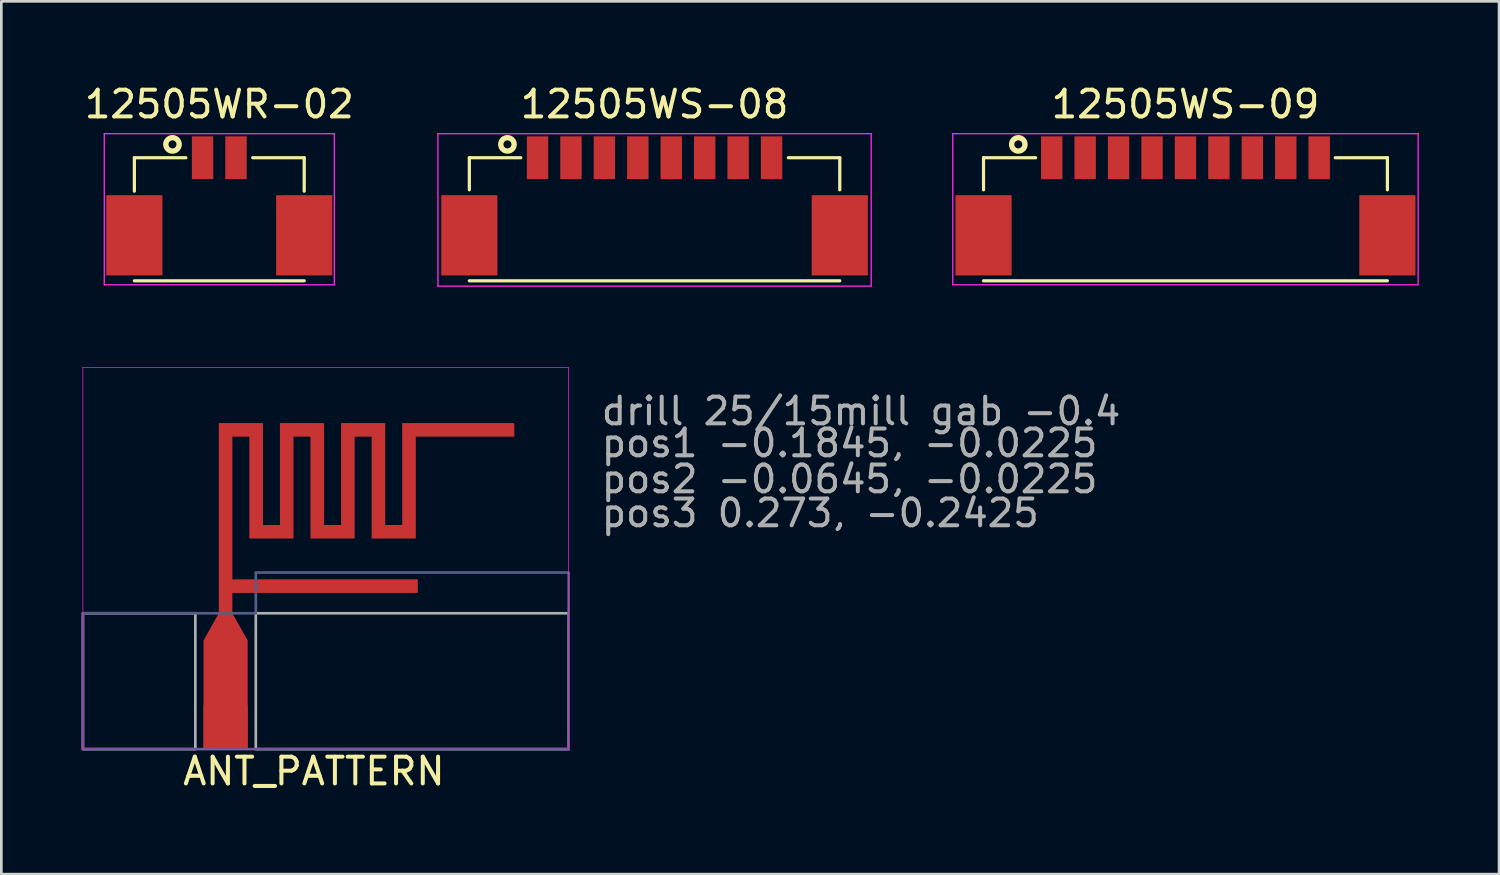
<source format=kicad_pcb>
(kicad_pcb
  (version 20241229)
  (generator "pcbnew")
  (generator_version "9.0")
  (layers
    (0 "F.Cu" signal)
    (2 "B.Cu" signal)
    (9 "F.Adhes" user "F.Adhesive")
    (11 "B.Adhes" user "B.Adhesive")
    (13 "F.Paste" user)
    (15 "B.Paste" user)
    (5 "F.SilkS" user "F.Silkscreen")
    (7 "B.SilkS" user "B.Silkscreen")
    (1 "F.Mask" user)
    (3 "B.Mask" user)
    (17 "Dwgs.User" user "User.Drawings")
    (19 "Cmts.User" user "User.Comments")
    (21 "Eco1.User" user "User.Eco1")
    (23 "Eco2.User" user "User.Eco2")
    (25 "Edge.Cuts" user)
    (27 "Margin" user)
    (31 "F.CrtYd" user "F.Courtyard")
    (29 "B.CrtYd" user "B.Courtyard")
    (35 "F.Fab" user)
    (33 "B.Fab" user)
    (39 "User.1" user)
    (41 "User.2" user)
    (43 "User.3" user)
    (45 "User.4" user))
  (footprint "ANT_PATTERN"
    (layer "F.Cu")
    (at 5.384 25.024)
    (property "Reference" "ANT_PATTERN" (at 3.302 0.762 0) (layer "F.SilkS") (effects (font (size 1 1) (thickness 0.15))))
    (attr through_hole)
    (fp_poly (pts (xy 0.826 -4.128) (xy 0.826 -0.064) (xy -0.826 -0.064) (xy -0.826 -4.128) (xy -0.254 -5.144) (xy -0.254 -12.255) (xy 1.397 -12.255) (xy 1.397 -8.445) (xy 2.032 -8.445) (xy 2.032 -12.255) (xy 3.683 -12.255) (xy 3.683 -8.445) (xy 4.318 -8.445) (xy 4.318 -12.255) (xy 5.969 -12.255) (xy 5.969 -8.445) (xy 6.604 -8.445) (xy 6.604 -12.255) (xy 10.795 -12.255) (xy 10.795 -11.748) (xy 7.112 -11.748) (xy 7.112 -7.938) (xy 5.461 -7.938) (xy 5.461 -11.748) (xy 4.826 -11.748) (xy 4.826 -7.938) (xy 3.175 -7.938) (xy 3.175 -11.748) (xy 2.54 -11.748) (xy 2.54 -7.938) (xy 0.889 -7.938) (xy 0.889 -11.748) (xy 0.254 -11.748) (xy 0.254 -6.413) (xy 7.188 -6.413) (xy 7.188 -5.905) (xy 0.254 -5.905) (xy 0.254 -5.144)) (stroke (width 0) (type solid)) (fill yes) (layer "F.Cu"))
    (fp_poly (pts (xy 0.826 -4.128) (xy 0.826 -0.064) (xy -0.826 -0.064) (xy -0.826 -4.128) (xy -0.254 -5.144) (xy -0.254 -12.255) (xy 1.397 -12.255) (xy 1.397 -8.445) (xy 2.032 -8.445) (xy 2.032 -12.255) (xy 3.683 -12.255) (xy 3.683 -8.445) (xy 4.318 -8.445) (xy 4.318 -12.255) (xy 5.969 -12.255) (xy 5.969 -8.445) (xy 6.604 -8.445) (xy 6.604 -12.255) (xy 10.795 -12.255) (xy 10.795 -11.748) (xy 7.112 -11.748) (xy 7.112 -7.938) (xy 5.461 -7.938) (xy 5.461 -11.748) (xy 4.826 -11.748) (xy 4.826 -7.938) (xy 3.175 -7.938) (xy 3.175 -11.748) (xy 2.54 -11.748) (xy 2.54 -7.938) (xy 0.889 -7.938) (xy 0.889 -11.748) (xy 0.254 -11.748) (xy 0.254 -6.413) (xy 7.188 -6.413) (xy 7.188 -5.905) (xy 0.254 -5.905) (xy 0.254 -5.144)) (stroke (width 0) (type solid)) (fill yes) (layer "F.Mask"))
    (fp_line (start -5.334 -14.338) (end 12.827 -14.338) (stroke (width 0.025) (type solid)) (layer "F.CrtYd"))
    (fp_line (start -5.334 -0.064) (end -5.334 -14.338) (stroke (width 0.025) (type solid)) (layer "F.CrtYd"))
    (fp_line (start 12.827 -14.338) (end 12.827 -0.064) (stroke (width 0.025) (type solid)) (layer "F.CrtYd"))
    (fp_line (start 12.827 -0.064) (end -5.334 -0.064) (stroke (width 0.025) (type solid)) (layer "F.CrtYd"))
    (fp_poly (pts (xy 12.827 -0.064) (xy -5.334 -0.064) (xy -5.334 -5.144) (xy 1.13 -5.144) (xy 1.13 -6.668) (xy 12.827 -6.668) (xy 12.827 -5.144)) (stroke (width 0.1) (type solid)) (fill no) (layer "B.Fab"))
    (fp_poly (pts (xy -1.13 -0.064) (xy -5.334 -0.064) (xy -5.334 -5.144) (xy -1.13 -5.144)) (stroke (width 0.1) (type solid)) (fill no) (layer "F.Fab"))
    (fp_poly (pts (xy 12.827 -5.144) (xy 12.827 -0.064) (xy 1.13 -0.064) (xy 1.13 -5.144)) (stroke (width 0.1) (type solid)) (fill no) (layer "F.Fab"))
    (fp_text user "pos2 -0.0645, -0.0225" (at 13.97 -10.16 0) (layer "F.Fab") (effects (font (size 1 1) (thickness 0.15)) (justify left)))
    (fp_text user "pos1 -0.1845, -0.0225" (at 13.97 -11.506 0) (layer "F.Fab") (effects (font (size 1 1) (thickness 0.15)) (justify left)))
    (fp_text user "drill 25/15mill gab -0.4" (at 13.97 -12.7 0) (layer "F.Fab") (effects (font (size 1 1) (thickness 0.15)) (justify left)))
    (fp_text user "pos3 0.273, -0.2425" (at 13.97 -8.89 0) (layer "F.Fab") (effects (font (size 1 1) (thickness 0.15)) (justify left)))
    (pad "1" connect trapezoid (at 0 -0.889) (size 1.651 1.651) (layers "F.Cu" "F.Mask")))
  (footprint "12505WR-02"
    (layer "F.Cu")
    (at 5.149 2.848)
    (property "Reference" "12505WR-02" (at 0 -2 0) (layer "F.SilkS") (effects (font (size 1 1) (thickness 0.15))))
    (attr smd)
    (fp_line (start -3.175 0) (end -3.175 1.25) (stroke (width 0.12) (type solid)) (layer "F.SilkS"))
    (fp_line (start -3.175 4.6) (end 3.175 4.6) (stroke (width 0.12) (type solid)) (layer "F.SilkS"))
    (fp_line (start -1.25 0) (end -3.175 0) (stroke (width 0.12) (type solid)) (layer "F.SilkS"))
    (fp_line (start 3.175 0) (end 1.25 0) (stroke (width 0.12) (type solid)) (layer "F.SilkS"))
    (fp_line (start 3.175 1.25) (end 3.175 0) (stroke (width 0.12) (type solid)) (layer "F.SilkS"))
    (fp_circle (center -1.75 -0.5) (end -1.5 -0.5) (stroke (width 0.2) (type solid)) (fill no) (layer "F.SilkS"))
    (fp_line (start -4.3 -0.9) (end -4.3 4.75) (stroke (width 0.05) (type solid)) (layer "F.CrtYd"))
    (fp_line (start -4.3 -0.9) (end 4.3 -0.9) (stroke (width 0.05) (type solid)) (layer "F.CrtYd"))
    (fp_line (start -4.3 4.75) (end 4.3 4.75) (stroke (width 0.05) (type solid)) (layer "F.CrtYd"))
    (fp_line (start 4.3 -0.9) (end 4.3 4.75) (stroke (width 0.05) (type solid)) (layer "F.CrtYd"))
    (pad "0" smd rect (at -3.175 2.9) (size 2.1 3) (layers "F.Cu" "F.Mask" "F.Paste"))
    (pad "0" smd rect (at 3.175 2.9) (size 2.1 3) (layers "F.Cu" "F.Mask" "F.Paste"))
    (pad "1" smd rect (at -0.625 0) (size 0.8 1.6) (layers "F.Cu" "F.Mask" "F.Paste"))
    (pad "2" smd rect (at 0.625 0) (size 0.8 1.6) (layers "F.Cu" "F.Mask" "F.Paste")))
  (footprint "12505WS-08"
    (layer "F.Cu")
    (at 21.423 2.848)
    (property "Reference" "12505WS-08" (at 0 -2 0) (layer "F.SilkS") (effects (font (size 1 1) (thickness 0.15))))
    (attr smd)
    (fp_line (start -6.925 0) (end -6.925 1.2) (stroke (width 0.12) (type solid)) (layer "F.SilkS"))
    (fp_line (start -6.925 0) (end -5 0) (stroke (width 0.12) (type solid)) (layer "F.SilkS"))
    (fp_line (start -6.925 4.6) (end 6.925 4.6) (stroke (width 0.12) (type solid)) (layer "F.SilkS"))
    (fp_line (start 5 0) (end 6.925 0) (stroke (width 0.12) (type solid)) (layer "F.SilkS"))
    (fp_line (start 6.925 0) (end 6.925 1.2) (stroke (width 0.12) (type solid)) (layer "F.SilkS"))
    (fp_circle (center -5.5 -0.5) (end -5.25 -0.5) (stroke (width 0.2) (type solid)) (fill no) (layer "F.SilkS"))
    (fp_line (start -8.1 -0.9) (end -8.1 4.8) (stroke (width 0.05) (type solid)) (layer "F.CrtYd"))
    (fp_line (start -8.1 -0.9) (end 8.1 -0.9) (stroke (width 0.05) (type solid)) (layer "F.CrtYd"))
    (fp_line (start -8.1 4.8) (end 8.1 4.8) (stroke (width 0.05) (type solid)) (layer "F.CrtYd"))
    (fp_line (start 8.1 -0.9) (end 8.1 4.8) (stroke (width 0.05) (type solid)) (layer "F.CrtYd"))
    (pad "0" smd rect (at -6.925 2.9) (size 2.1 3) (layers "F.Cu" "F.Mask" "F.Paste"))
    (pad "0" smd rect (at 6.925 2.9) (size 2.1 3) (layers "F.Cu" "F.Mask" "F.Paste"))
    (pad "1" smd rect (at -4.375 0) (size 0.8 1.6) (layers "F.Cu" "F.Mask" "F.Paste"))
    (pad "2" smd rect (at -3.125 0) (size 0.8 1.6) (layers "F.Cu" "F.Mask" "F.Paste"))
    (pad "3" smd rect (at -1.875 0) (size 0.8 1.6) (layers "F.Cu" "F.Mask" "F.Paste"))
    (pad "4" smd rect (at -0.625 0) (size 0.8 1.6) (layers "F.Cu" "F.Mask" "F.Paste"))
    (pad "5" smd rect (at 0.625 0) (size 0.8 1.6) (layers "F.Cu" "F.Mask" "F.Paste"))
    (pad "6" smd rect (at 1.875 0) (size 0.8 1.6) (layers "F.Cu" "F.Mask" "F.Paste"))
    (pad "7" smd rect (at 3.125 0) (size 0.8 1.6) (layers "F.Cu" "F.Mask" "F.Paste"))
    (pad "8" smd rect (at 4.375 0) (size 0.8 1.6) (layers "F.Cu" "F.Mask" "F.Paste")))
  (footprint "12505WS-09"
    (layer "F.Cu")
    (at 41.273 2.848)
    (property "Reference" "12505WS-09" (at 0 -2 0) (layer "F.SilkS") (effects (font (size 1 1) (thickness 0.15))))
    (attr smd)
    (fp_line (start -7.55 0) (end -5.6 0) (stroke (width 0.12) (type solid)) (layer "F.SilkS"))
    (fp_line (start -7.55 1.2) (end -7.55 0) (stroke (width 0.12) (type solid)) (layer "F.SilkS"))
    (fp_line (start -7.55 4.6) (end 7.55 4.6) (stroke (width 0.12) (type solid)) (layer "F.SilkS"))
    (fp_line (start 5.6 0) (end 7.55 0) (stroke (width 0.12) (type solid)) (layer "F.SilkS"))
    (fp_line (start 7.55 0) (end 7.55 1.2) (stroke (width 0.12) (type solid)) (layer "F.SilkS"))
    (fp_circle (center -6.25 -0.5) (end -6 -0.5) (stroke (width 0.2) (type solid)) (fill no) (layer "F.SilkS"))
    (fp_line (start -8.7 -0.9) (end -8.7 4.75) (stroke (width 0.05) (type solid)) (layer "F.CrtYd"))
    (fp_line (start -8.7 -0.9) (end 8.7 -0.9) (stroke (width 0.05) (type solid)) (layer "F.CrtYd"))
    (fp_line (start -8.7 4.75) (end 8.7 4.75) (stroke (width 0.05) (type solid)) (layer "F.CrtYd"))
    (fp_line (start 8.7 -0.9) (end 8.7 4.75) (stroke (width 0.05) (type solid)) (layer "F.CrtYd"))
    (pad "0" smd rect (at -7.55 2.9) (size 2.1 3) (layers "F.Cu" "F.Mask" "F.Paste"))
    (pad "0" smd rect (at 7.55 2.9) (size 2.1 3) (layers "F.Cu" "F.Mask" "F.Paste"))
    (pad "1" smd rect (at -5 0) (size 0.8 1.6) (layers "F.Cu" "F.Mask" "F.Paste"))
    (pad "2" smd rect (at -3.75 0) (size 0.8 1.6) (layers "F.Cu" "F.Mask" "F.Paste"))
    (pad "3" smd rect (at -2.5 0) (size 0.8 1.6) (layers "F.Cu" "F.Mask" "F.Paste"))
    (pad "4" smd rect (at -1.25 0) (size 0.8 1.6) (layers "F.Cu" "F.Mask" "F.Paste"))
    (pad "5" smd rect (at 0 0) (size 0.8 1.6) (layers "F.Cu" "F.Mask" "F.Paste"))
    (pad "6" smd rect (at 1.25 0) (size 0.8 1.6) (layers "F.Cu" "F.Mask" "F.Paste"))
    (pad "7" smd rect (at 2.5 0) (size 0.8 1.6) (layers "F.Cu" "F.Mask" "F.Paste"))
    (pad "8" smd rect (at 3.75 0) (size 0.8 1.6) (layers "F.Cu" "F.Mask" "F.Paste"))
    (pad "9" smd rect (at 5 0) (size 0.8 1.6) (layers "F.Cu" "F.Mask" "F.Paste")))
  (gr_rect
    (start -3 -3)
    (end 52.998 29.634)
    (stroke (width 0.1) (type default))
    (fill no)
    (layer "Edge.Cuts")))
</source>
